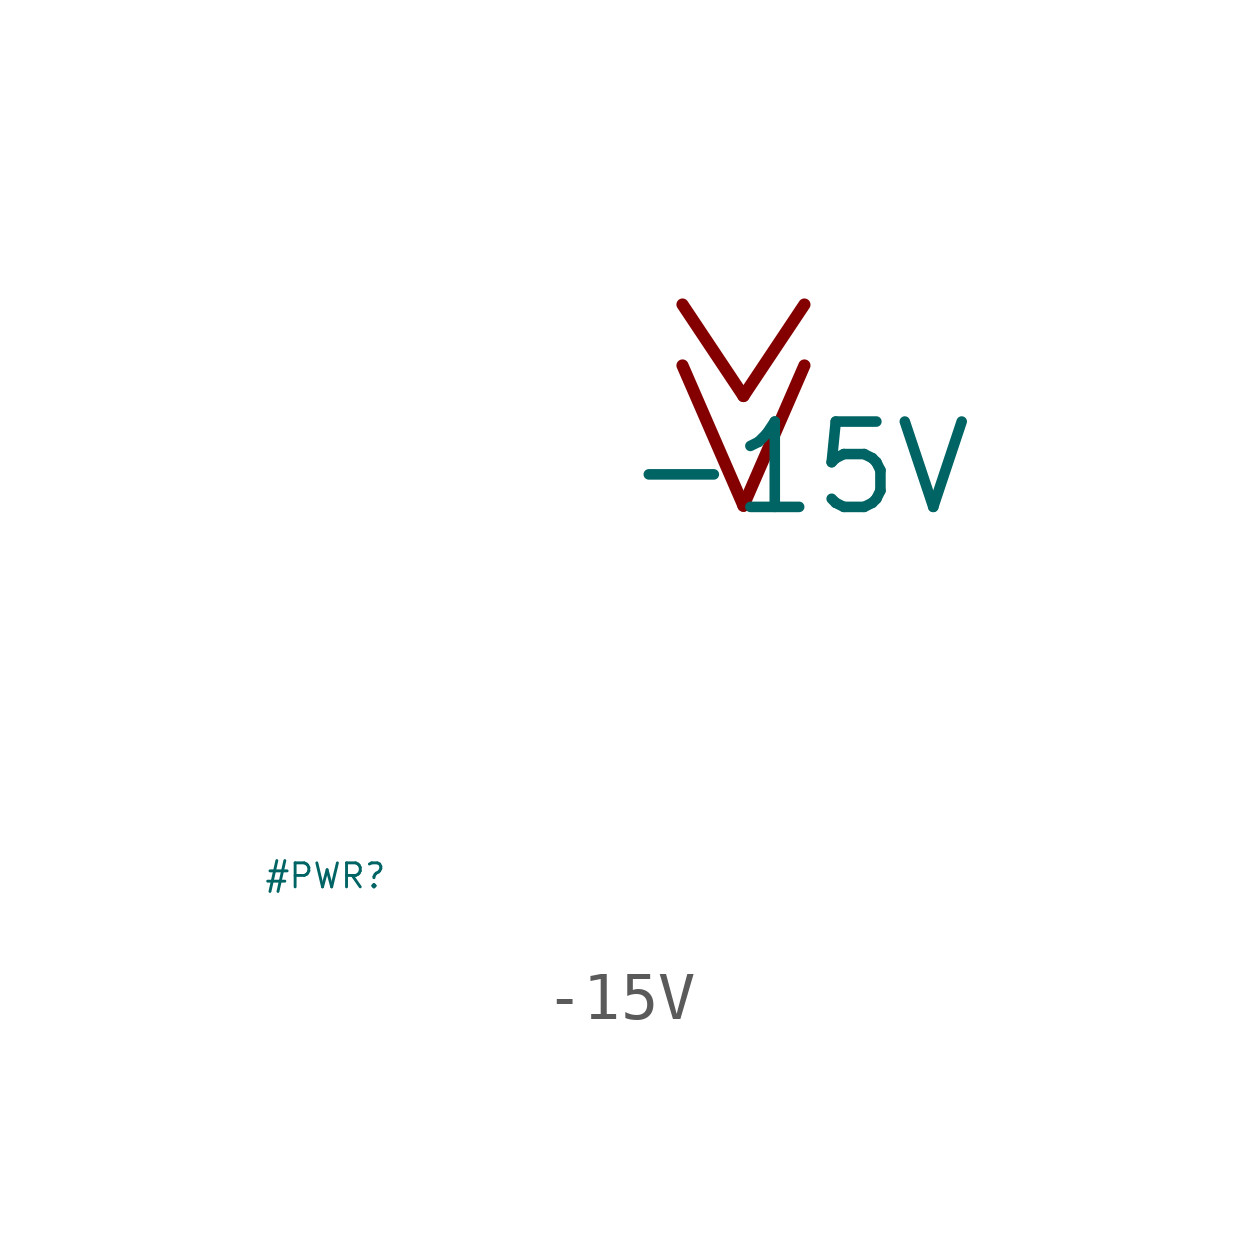
<source format=kicad_sym>
(kicad_symbol_lib
  (version 20220914)
  (generator Eagle2Kicad)
  (symbol "-15V"
    (power)
    (pin_names
      (offset 0))
    (property "Reference" "#PWR"
      (at -10 -10 0)
      (effects (font (size 0.5 0.5) (thickness 0.06)) (justify left)))
    (property "Value" "-15V"
      (at -2.54 -2.54 0)
      (effects (font (size 1.778 1.778) (thickness 0.22)) (justify left bottom)))
    (polyline
      (pts (xy -1.27 1.905) (xy 0 0))
      (stroke (width 0.254) (type default))
      (fill (type none)))
    (polyline
      (pts (xy 0 0) (xy 1.27 1.905))
      (stroke (width 0.254) (type default))
      (fill (type none)))
    (polyline
      (pts (xy -1.27 0.635) (xy 0 -2.286))
      (stroke (width 0.254) (type default))
      (fill (type none)))
    (polyline
      (pts (xy 0 -2.286) (xy 1.27 0.635))
      (stroke (width 0.254) (type default))
      (fill (type none)))
    (pin power_in line
      (at 0 2.54 270)
      (length 2.54) hide
      (name "-15V" (effects (font (size 0.635 0.635) (thickness 0.08)) (justify left bottom)))
      (number "1" (effects (font (size 0.635 0.635) (thickness 0.08)) (justify left bottom))))))
</source>
